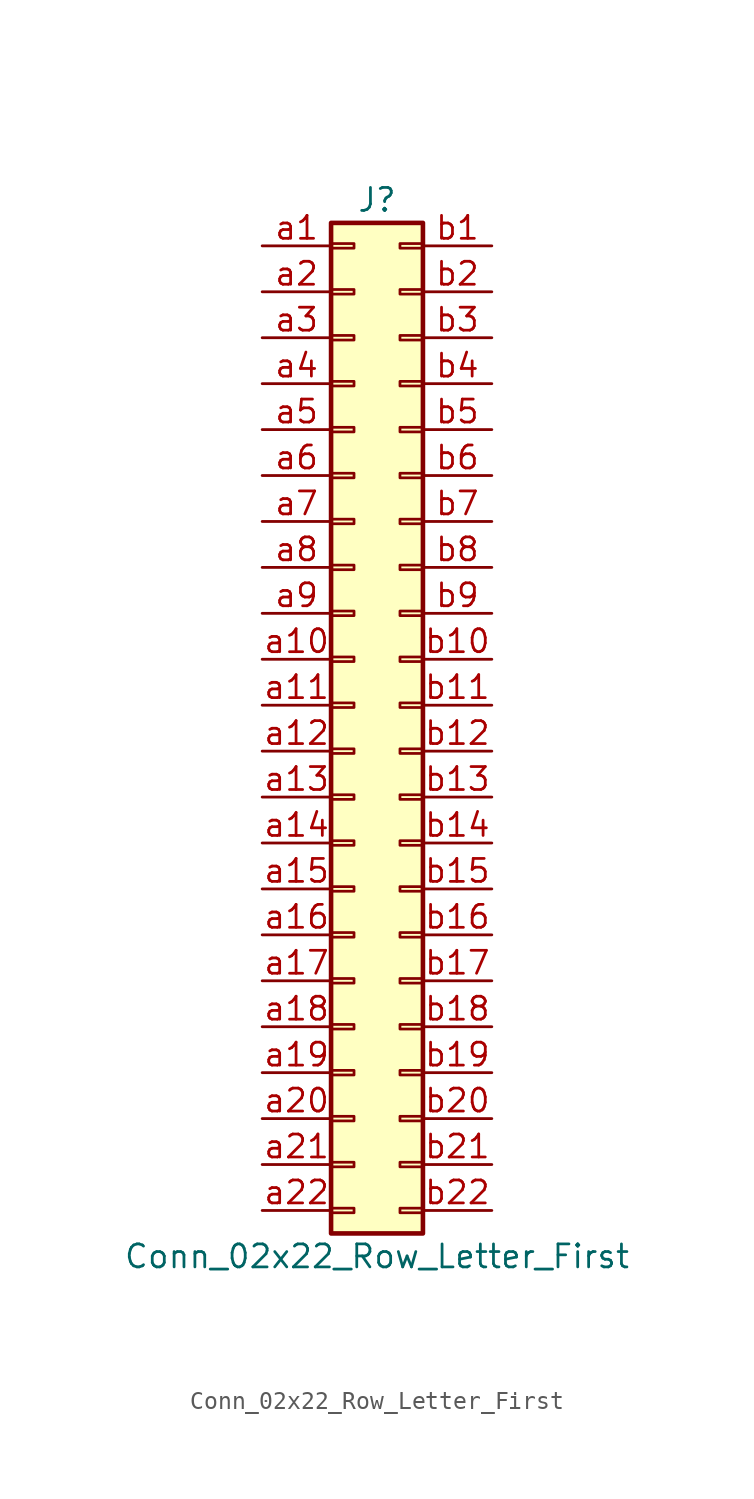
<source format=kicad_sym>
(kicad_symbol_lib
  (version 20201005)
  (generator kicad_symbol_editor)
  (symbol "Conn_02x22_Row_Letter_First"
    (pin_names
      (offset 1.016) hide)
    (property "Reference" "J"
      (at 1.27 27.94 0)
      (effects (font (size 1.27 1.27))))
    (property "Value" "Conn_02x22_Row_Letter_First"
      (at 1.27 -30.48 0)
      (effects (font (size 1.27 1.27))))
    (symbol "Conn_02x22_Row_Letter_First_1_1"
      (rectangle (start -1.27 -27.813) (end 0 -28.067) (stroke (width 0.152)) (fill (type none)))
      (rectangle (start -1.27 -25.273) (end 0 -25.527) (stroke (width 0.152)) (fill (type none)))
      (rectangle (start -1.27 -22.733) (end 0 -22.987) (stroke (width 0.152)) (fill (type none)))
      (rectangle (start -1.27 -20.193) (end 0 -20.447) (stroke (width 0.152)) (fill (type none)))
      (rectangle (start -1.27 -17.653) (end 0 -17.907) (stroke (width 0.152)) (fill (type none)))
      (rectangle (start -1.27 -15.113) (end 0 -15.367) (stroke (width 0.152)) (fill (type none)))
      (rectangle (start -1.27 -12.573) (end 0 -12.827) (stroke (width 0.152)) (fill (type none)))
      (rectangle (start -1.27 -10.033) (end 0 -10.287) (stroke (width 0.152)) (fill (type none)))
      (rectangle (start -1.27 -7.493) (end 0 -7.747) (stroke (width 0.152)) (fill (type none)))
      (rectangle (start -1.27 -4.953) (end 0 -5.207) (stroke (width 0.152)) (fill (type none)))
      (rectangle (start -1.27 -2.413) (end 0 -2.667) (stroke (width 0.152)) (fill (type none)))
      (rectangle (start -1.27 0.127) (end 0 -0.127) (stroke (width 0.152)) (fill (type none)))
      (rectangle (start -1.27 2.667) (end 0 2.413) (stroke (width 0.152)) (fill (type none)))
      (rectangle (start -1.27 5.207) (end 0 4.953) (stroke (width 0.152)) (fill (type none)))
      (rectangle (start -1.27 7.747) (end 0 7.493) (stroke (width 0.152)) (fill (type none)))
      (rectangle (start -1.27 10.287) (end 0 10.033) (stroke (width 0.152)) (fill (type none)))
      (rectangle (start -1.27 12.827) (end 0 12.573) (stroke (width 0.152)) (fill (type none)))
      (rectangle (start -1.27 15.367) (end 0 15.113) (stroke (width 0.152)) (fill (type none)))
      (rectangle (start -1.27 17.907) (end 0 17.653) (stroke (width 0.152)) (fill (type none)))
      (rectangle (start -1.27 20.447) (end 0 20.193) (stroke (width 0.152)) (fill (type none)))
      (rectangle (start -1.27 22.987) (end 0 22.733) (stroke (width 0.152)) (fill (type none)))
      (rectangle (start -1.27 25.527) (end 0 25.273) (stroke (width 0.152)) (fill (type none)))
      (rectangle (start -1.27 26.67) (end 3.81 -29.21) (stroke (width 0.254)) (fill (type background)))
      (rectangle (start 3.81 -27.813) (end 2.54 -28.067) (stroke (width 0.152)) (fill (type none)))
      (rectangle (start 3.81 -25.273) (end 2.54 -25.527) (stroke (width 0.152)) (fill (type none)))
      (rectangle (start 3.81 -22.733) (end 2.54 -22.987) (stroke (width 0.152)) (fill (type none)))
      (rectangle (start 3.81 -20.193) (end 2.54 -20.447) (stroke (width 0.152)) (fill (type none)))
      (rectangle (start 3.81 -17.653) (end 2.54 -17.907) (stroke (width 0.152)) (fill (type none)))
      (rectangle (start 3.81 -15.113) (end 2.54 -15.367) (stroke (width 0.152)) (fill (type none)))
      (rectangle (start 3.81 -12.573) (end 2.54 -12.827) (stroke (width 0.152)) (fill (type none)))
      (rectangle (start 3.81 -10.033) (end 2.54 -10.287) (stroke (width 0.152)) (fill (type none)))
      (rectangle (start 3.81 -7.493) (end 2.54 -7.747) (stroke (width 0.152)) (fill (type none)))
      (rectangle (start 3.81 -4.953) (end 2.54 -5.207) (stroke (width 0.152)) (fill (type none)))
      (rectangle (start 3.81 -2.413) (end 2.54 -2.667) (stroke (width 0.152)) (fill (type none)))
      (rectangle (start 3.81 0.127) (end 2.54 -0.127) (stroke (width 0.152)) (fill (type none)))
      (rectangle (start 3.81 2.667) (end 2.54 2.413) (stroke (width 0.152)) (fill (type none)))
      (rectangle (start 3.81 5.207) (end 2.54 4.953) (stroke (width 0.152)) (fill (type none)))
      (rectangle (start 3.81 7.747) (end 2.54 7.493) (stroke (width 0.152)) (fill (type none)))
      (rectangle (start 3.81 10.287) (end 2.54 10.033) (stroke (width 0.152)) (fill (type none)))
      (rectangle (start 3.81 12.827) (end 2.54 12.573) (stroke (width 0.152)) (fill (type none)))
      (rectangle (start 3.81 15.367) (end 2.54 15.113) (stroke (width 0.152)) (fill (type none)))
      (rectangle (start 3.81 17.907) (end 2.54 17.653) (stroke (width 0.152)) (fill (type none)))
      (rectangle (start 3.81 20.447) (end 2.54 20.193) (stroke (width 0.152)) (fill (type none)))
      (rectangle (start 3.81 22.987) (end 2.54 22.733) (stroke (width 0.152)) (fill (type none)))
      (rectangle (start 3.81 25.527) (end 2.54 25.273) (stroke (width 0.152)) (fill (type none)))
      (pin passive line (at -5.08 25.4 0) (length 3.81) (name "Pin_a1" (effects (font (size 1.27 1.27)))) (number "a1" (effects (font (size 1.27 1.27)))))
      (pin passive line (at -5.08 2.54 0) (length 3.81) (name "Pin_a10" (effects (font (size 1.27 1.27)))) (number "a10" (effects (font (size 1.27 1.27)))))
      (pin passive line (at -5.08 0 0) (length 3.81) (name "Pin_a11" (effects (font (size 1.27 1.27)))) (number "a11" (effects (font (size 1.27 1.27)))))
      (pin passive line (at -5.08 -2.54 0) (length 3.81) (name "Pin_a12" (effects (font (size 1.27 1.27)))) (number "a12" (effects (font (size 1.27 1.27)))))
      (pin passive line (at -5.08 -5.08 0) (length 3.81) (name "Pin_a13" (effects (font (size 1.27 1.27)))) (number "a13" (effects (font (size 1.27 1.27)))))
      (pin passive line (at -5.08 -7.62 0) (length 3.81) (name "Pin_a14" (effects (font (size 1.27 1.27)))) (number "a14" (effects (font (size 1.27 1.27)))))
      (pin passive line (at -5.08 -10.16 0) (length 3.81) (name "Pin_a15" (effects (font (size 1.27 1.27)))) (number "a15" (effects (font (size 1.27 1.27)))))
      (pin passive line (at -5.08 -12.7 0) (length 3.81) (name "Pin_a16" (effects (font (size 1.27 1.27)))) (number "a16" (effects (font (size 1.27 1.27)))))
      (pin passive line (at -5.08 -15.24 0) (length 3.81) (name "Pin_a17" (effects (font (size 1.27 1.27)))) (number "a17" (effects (font (size 1.27 1.27)))))
      (pin passive line (at -5.08 -17.78 0) (length 3.81) (name "Pin_a18" (effects (font (size 1.27 1.27)))) (number "a18" (effects (font (size 1.27 1.27)))))
      (pin passive line (at -5.08 -20.32 0) (length 3.81) (name "Pin_a19" (effects (font (size 1.27 1.27)))) (number "a19" (effects (font (size 1.27 1.27)))))
      (pin passive line (at -5.08 22.86 0) (length 3.81) (name "Pin_a2" (effects (font (size 1.27 1.27)))) (number "a2" (effects (font (size 1.27 1.27)))))
      (pin passive line (at -5.08 -22.86 0) (length 3.81) (name "Pin_a20" (effects (font (size 1.27 1.27)))) (number "a20" (effects (font (size 1.27 1.27)))))
      (pin passive line (at -5.08 -25.4 0) (length 3.81) (name "Pin_a21" (effects (font (size 1.27 1.27)))) (number "a21" (effects (font (size 1.27 1.27)))))
      (pin passive line (at -5.08 -27.94 0) (length 3.81) (name "Pin_a22" (effects (font (size 1.27 1.27)))) (number "a22" (effects (font (size 1.27 1.27)))))
      (pin passive line (at -5.08 20.32 0) (length 3.81) (name "Pin_a3" (effects (font (size 1.27 1.27)))) (number "a3" (effects (font (size 1.27 1.27)))))
      (pin passive line (at -5.08 17.78 0) (length 3.81) (name "Pin_a4" (effects (font (size 1.27 1.27)))) (number "a4" (effects (font (size 1.27 1.27)))))
      (pin passive line (at -5.08 15.24 0) (length 3.81) (name "Pin_a5" (effects (font (size 1.27 1.27)))) (number "a5" (effects (font (size 1.27 1.27)))))
      (pin passive line (at -5.08 12.7 0) (length 3.81) (name "Pin_a6" (effects (font (size 1.27 1.27)))) (number "a6" (effects (font (size 1.27 1.27)))))
      (pin passive line (at -5.08 10.16 0) (length 3.81) (name "Pin_a7" (effects (font (size 1.27 1.27)))) (number "a7" (effects (font (size 1.27 1.27)))))
      (pin passive line (at -5.08 7.62 0) (length 3.81) (name "Pin_a8" (effects (font (size 1.27 1.27)))) (number "a8" (effects (font (size 1.27 1.27)))))
      (pin passive line (at -5.08 5.08 0) (length 3.81) (name "Pin_a9" (effects (font (size 1.27 1.27)))) (number "a9" (effects (font (size 1.27 1.27)))))
      (pin passive line (at 7.62 25.4 180) (length 3.81) (name "Pin_b1" (effects (font (size 1.27 1.27)))) (number "b1" (effects (font (size 1.27 1.27)))))
      (pin passive line (at 7.62 2.54 180) (length 3.81) (name "Pin_b10" (effects (font (size 1.27 1.27)))) (number "b10" (effects (font (size 1.27 1.27)))))
      (pin passive line (at 7.62 0 180) (length 3.81) (name "Pin_b11" (effects (font (size 1.27 1.27)))) (number "b11" (effects (font (size 1.27 1.27)))))
      (pin passive line (at 7.62 -2.54 180) (length 3.81) (name "Pin_b12" (effects (font (size 1.27 1.27)))) (number "b12" (effects (font (size 1.27 1.27)))))
      (pin passive line (at 7.62 -5.08 180) (length 3.81) (name "Pin_b13" (effects (font (size 1.27 1.27)))) (number "b13" (effects (font (size 1.27 1.27)))))
      (pin passive line (at 7.62 -7.62 180) (length 3.81) (name "Pin_b14" (effects (font (size 1.27 1.27)))) (number "b14" (effects (font (size 1.27 1.27)))))
      (pin passive line (at 7.62 -10.16 180) (length 3.81) (name "Pin_b15" (effects (font (size 1.27 1.27)))) (number "b15" (effects (font (size 1.27 1.27)))))
      (pin passive line (at 7.62 -12.7 180) (length 3.81) (name "Pin_b16" (effects (font (size 1.27 1.27)))) (number "b16" (effects (font (size 1.27 1.27)))))
      (pin passive line (at 7.62 -15.24 180) (length 3.81) (name "Pin_b17" (effects (font (size 1.27 1.27)))) (number "b17" (effects (font (size 1.27 1.27)))))
      (pin passive line (at 7.62 -17.78 180) (length 3.81) (name "Pin_b18" (effects (font (size 1.27 1.27)))) (number "b18" (effects (font (size 1.27 1.27)))))
      (pin passive line (at 7.62 -20.32 180) (length 3.81) (name "Pin_b19" (effects (font (size 1.27 1.27)))) (number "b19" (effects (font (size 1.27 1.27)))))
      (pin passive line (at 7.62 22.86 180) (length 3.81) (name "Pin_b2" (effects (font (size 1.27 1.27)))) (number "b2" (effects (font (size 1.27 1.27)))))
      (pin passive line (at 7.62 -22.86 180) (length 3.81) (name "Pin_b20" (effects (font (size 1.27 1.27)))) (number "b20" (effects (font (size 1.27 1.27)))))
      (pin passive line (at 7.62 -25.4 180) (length 3.81) (name "Pin_b21" (effects (font (size 1.27 1.27)))) (number "b21" (effects (font (size 1.27 1.27)))))
      (pin passive line (at 7.62 -27.94 180) (length 3.81) (name "Pin_b22" (effects (font (size 1.27 1.27)))) (number "b22" (effects (font (size 1.27 1.27)))))
      (pin passive line (at 7.62 20.32 180) (length 3.81) (name "Pin_b3" (effects (font (size 1.27 1.27)))) (number "b3" (effects (font (size 1.27 1.27)))))
      (pin passive line (at 7.62 17.78 180) (length 3.81) (name "Pin_b4" (effects (font (size 1.27 1.27)))) (number "b4" (effects (font (size 1.27 1.27)))))
      (pin passive line (at 7.62 15.24 180) (length 3.81) (name "Pin_b5" (effects (font (size 1.27 1.27)))) (number "b5" (effects (font (size 1.27 1.27)))))
      (pin passive line (at 7.62 12.7 180) (length 3.81) (name "Pin_b6" (effects (font (size 1.27 1.27)))) (number "b6" (effects (font (size 1.27 1.27)))))
      (pin passive line (at 7.62 10.16 180) (length 3.81) (name "Pin_b7" (effects (font (size 1.27 1.27)))) (number "b7" (effects (font (size 1.27 1.27)))))
      (pin passive line (at 7.62 7.62 180) (length 3.81) (name "Pin_b8" (effects (font (size 1.27 1.27)))) (number "b8" (effects (font (size 1.27 1.27)))))
      (pin passive line (at 7.62 5.08 180) (length 3.81) (name "Pin_b9" (effects (font (size 1.27 1.27)))) (number "b9" (effects (font (size 1.27 1.27))))))))
</source>
